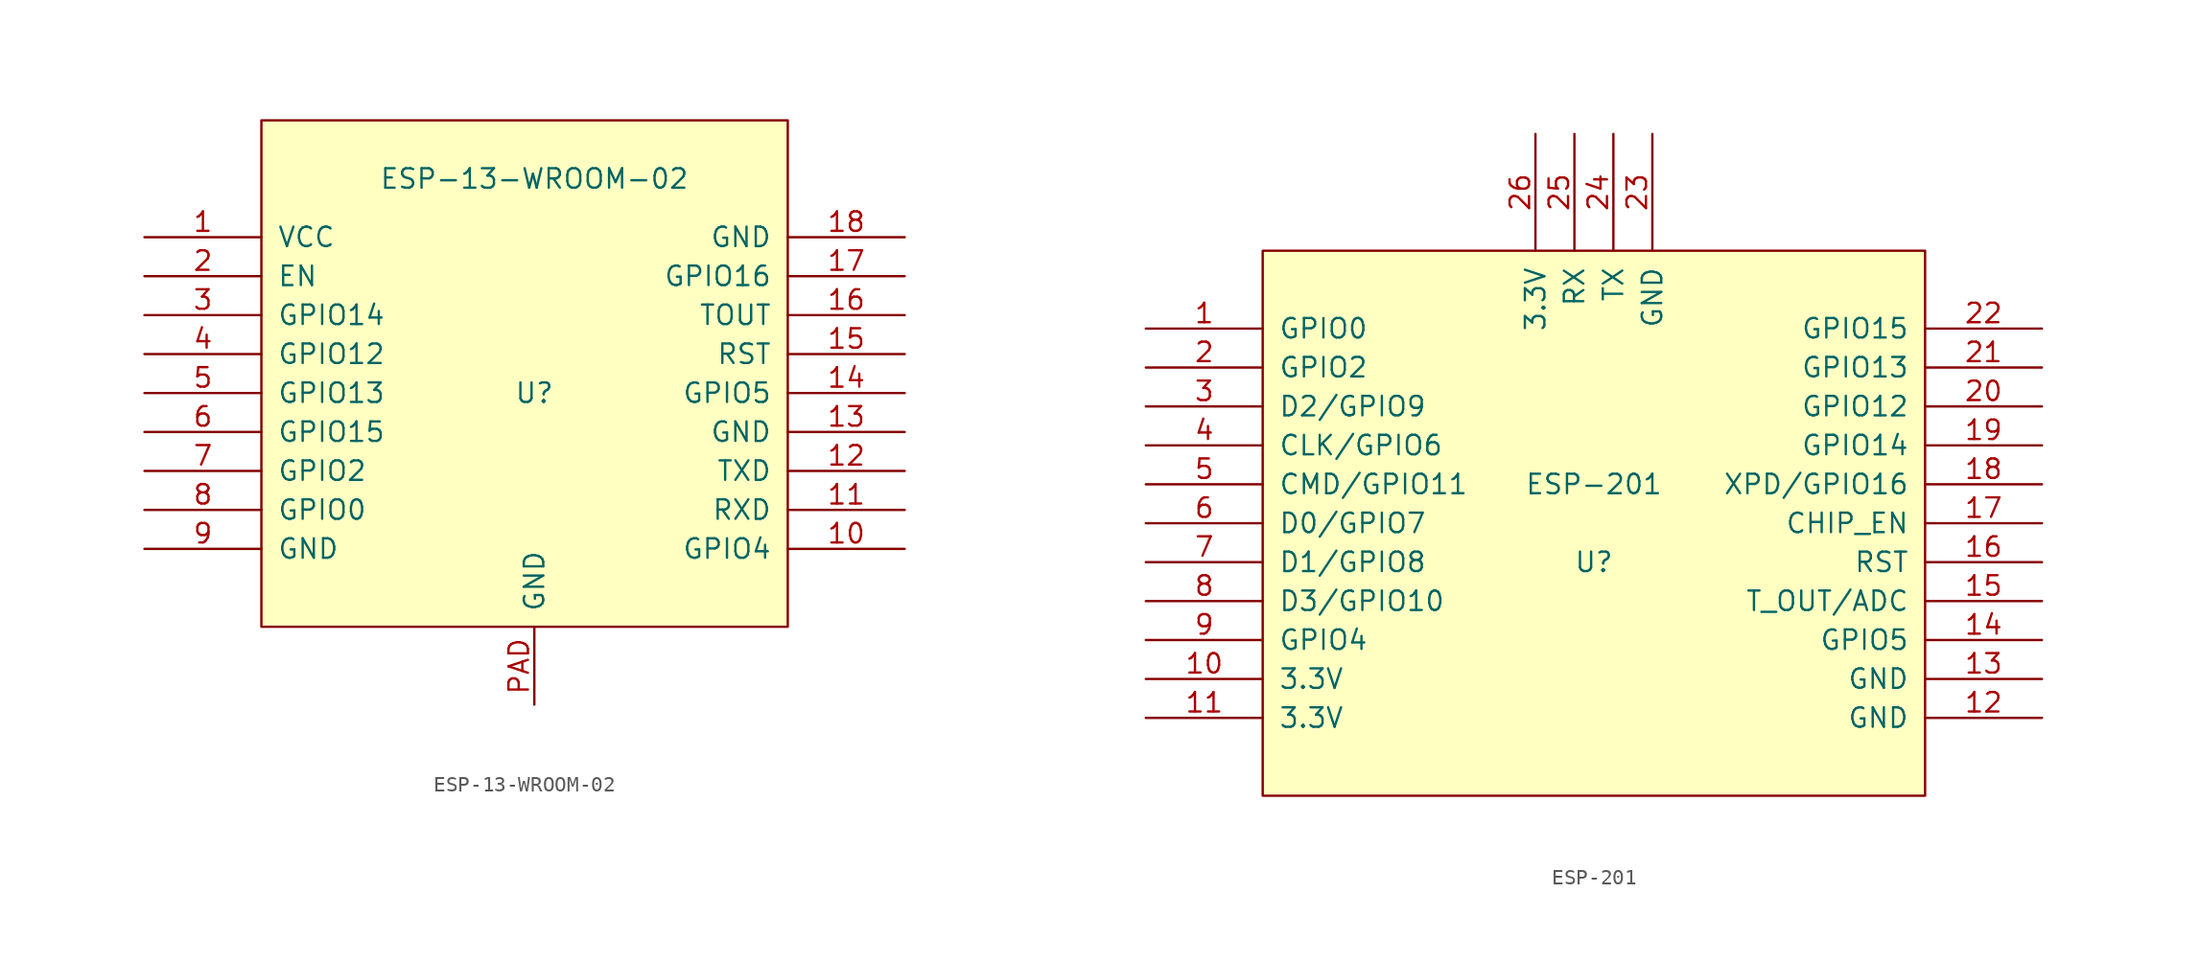
<source format=kicad_sym>
(kicad_symbol_lib
  (version 20220914)
  (generator kicad_symbol_editor)
  (symbol "ESP-13-WROOM-02"
    (pin_names
      (offset 1.016))
    (property "Reference" "U"
      (at 0 -2.54 0)
      (effects (font (size 1.27 1.27))))
    (property "Value" "ESP-13-WROOM-02"
      (at 0 11.43 0)
      (effects (font (size 1.27 1.27))))
    (symbol "ESP-13-WROOM-02_1_0"
      (rectangle (start -17.78 15.24) (end 16.51 -17.78) (stroke (width 0) (type solid)) (fill (type background))))
    (symbol "ESP-13-WROOM-02_1_1"
      (pin input line (at -25.4 7.62 0) (length 7.62) (name "VCC" (effects (font (size 1.27 1.27)))) (number "1" (effects (font (size 1.27 1.27)))))
      (pin bidirectional line (at 24.13 -12.7 180) (length 7.62) (name "GPIO4" (effects (font (size 1.27 1.27)))) (number "10" (effects (font (size 1.27 1.27)))))
      (pin bidirectional line (at 24.13 -10.16 180) (length 7.62) (name "RXD" (effects (font (size 1.27 1.27)))) (number "11" (effects (font (size 1.27 1.27)))))
      (pin bidirectional line (at 24.13 -7.62 180) (length 7.62) (name "TXD" (effects (font (size 1.27 1.27)))) (number "12" (effects (font (size 1.27 1.27)))))
      (pin power_in line (at 24.13 -5.08 180) (length 7.62) (name "GND" (effects (font (size 1.27 1.27)))) (number "13" (effects (font (size 1.27 1.27)))))
      (pin bidirectional line (at 24.13 -2.54 180) (length 7.62) (name "GPIO5" (effects (font (size 1.27 1.27)))) (number "14" (effects (font (size 1.27 1.27)))))
      (pin input line (at 24.13 0 180) (length 7.62) (name "RST" (effects (font (size 1.27 1.27)))) (number "15" (effects (font (size 1.27 1.27)))))
      (pin output line (at 24.13 2.54 180) (length 7.62) (name "TOUT" (effects (font (size 1.27 1.27)))) (number "16" (effects (font (size 1.27 1.27)))))
      (pin bidirectional line (at 24.13 5.08 180) (length 7.62) (name "GPIO16" (effects (font (size 1.27 1.27)))) (number "17" (effects (font (size 1.27 1.27)))))
      (pin power_in line (at 24.13 7.62 180) (length 7.62) (name "GND" (effects (font (size 1.27 1.27)))) (number "18" (effects (font (size 1.27 1.27)))))
      (pin passive line (at -25.4 5.08 0) (length 7.62) (name "EN" (effects (font (size 1.27 1.27)))) (number "2" (effects (font (size 1.27 1.27)))))
      (pin input line (at -25.4 2.54 0) (length 7.62) (name "GPIO14" (effects (font (size 1.27 1.27)))) (number "3" (effects (font (size 1.27 1.27)))))
      (pin bidirectional line (at -25.4 0 0) (length 7.62) (name "GPIO12" (effects (font (size 1.27 1.27)))) (number "4" (effects (font (size 1.27 1.27)))))
      (pin bidirectional line (at -25.4 -2.54 0) (length 7.62) (name "GPIO13" (effects (font (size 1.27 1.27)))) (number "5" (effects (font (size 1.27 1.27)))))
      (pin bidirectional line (at -25.4 -5.08 0) (length 7.62) (name "GPIO15" (effects (font (size 1.27 1.27)))) (number "6" (effects (font (size 1.27 1.27)))))
      (pin bidirectional line (at -25.4 -7.62 0) (length 7.62) (name "GPIO2" (effects (font (size 1.27 1.27)))) (number "7" (effects (font (size 1.27 1.27)))))
      (pin bidirectional line (at -25.4 -10.16 0) (length 7.62) (name "GPIO0" (effects (font (size 1.27 1.27)))) (number "8" (effects (font (size 1.27 1.27)))))
      (pin power_in line (at -25.4 -12.7 0) (length 7.62) (name "GND" (effects (font (size 1.27 1.27)))) (number "9" (effects (font (size 1.27 1.27)))))
      (pin power_in line (at 0 -22.86 90) (length 5.004) (name "GND" (effects (font (size 1.27 1.27)))) (number "PAD" (effects (font (size 1.27 1.27)))))))
  (symbol "ESP-201"
    (pin_names
      (offset 1.016))
    (property "Reference" "U"
      (at 0 -2.54 0)
      (effects (font (size 1.27 1.27))))
    (property "Value" "ESP-201"
      (at 0 2.54 0)
      (effects (font (size 1.27 1.27))))
    (symbol "ESP-201_1_0"
      (rectangle (start -21.59 17.78) (end 21.59 -17.78) (stroke (width 0) (type solid)) (fill (type background))))
    (symbol "ESP-201_1_1"
      (pin bidirectional line (at -29.21 12.7 0) (length 7.62) (name "GPIO0" (effects (font (size 1.27 1.27)))) (number "1" (effects (font (size 1.27 1.27)))))
      (pin power_in line (at -29.21 -10.16 0) (length 7.62) (name "3.3V" (effects (font (size 1.27 1.27)))) (number "10" (effects (font (size 1.27 1.27)))))
      (pin power_in line (at -29.21 -12.7 0) (length 7.62) (name "3.3V" (effects (font (size 1.27 1.27)))) (number "11" (effects (font (size 1.27 1.27)))))
      (pin power_in line (at 29.21 -12.7 180) (length 7.62) (name "GND" (effects (font (size 1.27 1.27)))) (number "12" (effects (font (size 1.27 1.27)))))
      (pin power_in line (at 29.21 -10.16 180) (length 7.62) (name "GND" (effects (font (size 1.27 1.27)))) (number "13" (effects (font (size 1.27 1.27)))))
      (pin bidirectional line (at 29.21 -7.62 180) (length 7.62) (name "GPIO5" (effects (font (size 1.27 1.27)))) (number "14" (effects (font (size 1.27 1.27)))))
      (pin bidirectional line (at 29.21 -5.08 180) (length 7.62) (name "T_OUT/ADC" (effects (font (size 1.27 1.27)))) (number "15" (effects (font (size 1.27 1.27)))))
      (pin input line (at 29.21 -2.54 180) (length 7.62) (name "RST" (effects (font (size 1.27 1.27)))) (number "16" (effects (font (size 1.27 1.27)))))
      (pin input line (at 29.21 0 180) (length 7.62) (name "CHIP_EN" (effects (font (size 1.27 1.27)))) (number "17" (effects (font (size 1.27 1.27)))))
      (pin bidirectional line (at 29.21 2.54 180) (length 7.62) (name "XPD/GPIO16" (effects (font (size 1.27 1.27)))) (number "18" (effects (font (size 1.27 1.27)))))
      (pin bidirectional line (at 29.21 5.08 180) (length 7.62) (name "GPIO14" (effects (font (size 1.27 1.27)))) (number "19" (effects (font (size 1.27 1.27)))))
      (pin bidirectional line (at -29.21 10.16 0) (length 7.62) (name "GPIO2" (effects (font (size 1.27 1.27)))) (number "2" (effects (font (size 1.27 1.27)))))
      (pin bidirectional line (at 29.21 7.62 180) (length 7.62) (name "GPIO12" (effects (font (size 1.27 1.27)))) (number "20" (effects (font (size 1.27 1.27)))))
      (pin bidirectional line (at 29.21 10.16 180) (length 7.62) (name "GPIO13" (effects (font (size 1.27 1.27)))) (number "21" (effects (font (size 1.27 1.27)))))
      (pin bidirectional line (at 29.21 12.7 180) (length 7.62) (name "GPIO15" (effects (font (size 1.27 1.27)))) (number "22" (effects (font (size 1.27 1.27)))))
      (pin power_in line (at 3.81 25.4 270) (length 7.62) (name "GND" (effects (font (size 1.27 1.27)))) (number "23" (effects (font (size 1.27 1.27)))))
      (pin output line (at 1.27 25.4 270) (length 7.62) (name "TX" (effects (font (size 1.27 1.27)))) (number "24" (effects (font (size 1.27 1.27)))))
      (pin input line (at -1.27 25.4 270) (length 7.62) (name "RX" (effects (font (size 1.27 1.27)))) (number "25" (effects (font (size 1.27 1.27)))))
      (pin power_in line (at -3.81 25.4 270) (length 7.62) (name "3.3V" (effects (font (size 1.27 1.27)))) (number "26" (effects (font (size 1.27 1.27)))))
      (pin output line (at -29.21 7.62 0) (length 7.62) (name "D2/GPIO9" (effects (font (size 1.27 1.27)))) (number "3" (effects (font (size 1.27 1.27)))))
      (pin output line (at -29.21 5.08 0) (length 7.62) (name "CLK/GPIO6" (effects (font (size 1.27 1.27)))) (number "4" (effects (font (size 1.27 1.27)))))
      (pin output line (at -29.21 2.54 0) (length 7.62) (name "CMD/GPIO11" (effects (font (size 1.27 1.27)))) (number "5" (effects (font (size 1.27 1.27)))))
      (pin output line (at -29.21 0 0) (length 7.62) (name "D0/GPIO7" (effects (font (size 1.27 1.27)))) (number "6" (effects (font (size 1.27 1.27)))))
      (pin output line (at -29.21 -2.54 0) (length 7.62) (name "D1/GPIO8" (effects (font (size 1.27 1.27)))) (number "7" (effects (font (size 1.27 1.27)))))
      (pin output line (at -29.21 -5.08 0) (length 7.62) (name "D3/GPIO10" (effects (font (size 1.27 1.27)))) (number "8" (effects (font (size 1.27 1.27)))))
      (pin bidirectional line (at -29.21 -7.62 0) (length 7.62) (name "GPIO4" (effects (font (size 1.27 1.27)))) (number "9" (effects (font (size 1.27 1.27))))))))
</source>
